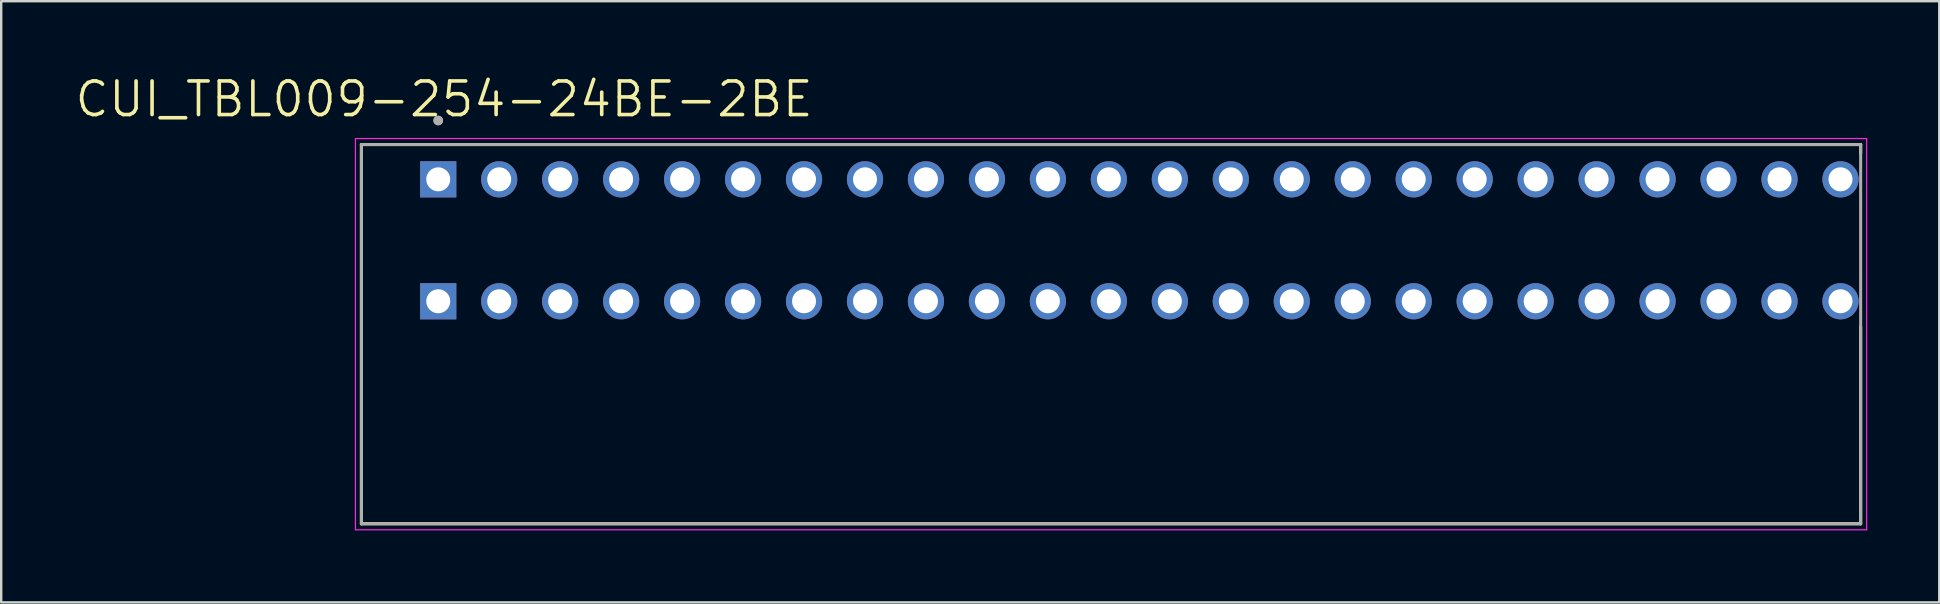
<source format=kicad_pcb>
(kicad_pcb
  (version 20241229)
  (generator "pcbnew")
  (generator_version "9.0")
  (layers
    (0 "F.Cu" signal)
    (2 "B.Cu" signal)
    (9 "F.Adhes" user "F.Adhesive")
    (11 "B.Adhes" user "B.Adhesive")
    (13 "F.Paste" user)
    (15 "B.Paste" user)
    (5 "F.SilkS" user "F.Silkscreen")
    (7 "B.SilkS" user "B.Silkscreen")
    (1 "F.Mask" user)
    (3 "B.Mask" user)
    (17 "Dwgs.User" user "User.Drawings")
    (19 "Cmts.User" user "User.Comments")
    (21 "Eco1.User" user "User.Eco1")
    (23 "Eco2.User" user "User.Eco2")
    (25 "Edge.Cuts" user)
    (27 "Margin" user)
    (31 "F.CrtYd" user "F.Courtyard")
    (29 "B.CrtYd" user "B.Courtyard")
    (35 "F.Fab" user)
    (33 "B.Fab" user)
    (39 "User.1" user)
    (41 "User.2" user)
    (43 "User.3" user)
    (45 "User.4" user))
  (footprint "CUI_TBL009-254-24BE-2BE"
    (layer "F.Cu")
    (at 15.207 4.421)
    (property "Reference" "CUI_TBL009-254-24BE-2BE" (at 0.245 -3.339 0) (layer "F.SilkS") (effects (font (size 1.4 1.4) (thickness 0.15))))
    (attr through_hole)
    (fp_line (start -3.2 -1.45) (end 59.26 -1.45) (stroke (width 0.127) (type solid)) (layer "F.SilkS"))
    (fp_line (start -3.2 14.35) (end -3.2 -1.45) (stroke (width 0.127) (type solid)) (layer "F.SilkS"))
    (fp_line (start 59.26 -1.45) (end 59.26 -1.07) (stroke (width 0.127) (type solid)) (layer "F.SilkS"))
    (fp_line (start 59.26 6.15) (end 59.26 14.35) (stroke (width 0.127) (type solid)) (layer "F.SilkS"))
    (fp_line (start 59.26 14.35) (end -3.2 14.35) (stroke (width 0.127) (type solid)) (layer "F.SilkS"))
    (fp_circle (center 0 -2.45) (end 0.1 -2.45) (stroke (width 0.2) (type solid)) (fill no) (layer "F.SilkS"))
    (fp_line (start -3.45 -1.7) (end 59.51 -1.7) (stroke (width 0.05) (type solid)) (layer "F.CrtYd"))
    (fp_line (start -3.45 14.6) (end -3.45 -1.7) (stroke (width 0.05) (type solid)) (layer "F.CrtYd"))
    (fp_line (start 59.51 -1.7) (end 59.51 14.6) (stroke (width 0.05) (type solid)) (layer "F.CrtYd"))
    (fp_line (start 59.51 14.6) (end -3.45 14.6) (stroke (width 0.05) (type solid)) (layer "F.CrtYd"))
    (fp_line (start -3.2 -1.45) (end 59.26 -1.45) (stroke (width 0.127) (type solid)) (layer "F.Fab"))
    (fp_line (start -3.2 14.35) (end -3.2 -1.45) (stroke (width 0.127) (type solid)) (layer "F.Fab"))
    (fp_line (start 59.26 -1.45) (end 59.26 14.35) (stroke (width 0.127) (type solid)) (layer "F.Fab"))
    (fp_line (start 59.26 14.35) (end -3.2 14.35) (stroke (width 0.127) (type solid)) (layer "F.Fab"))
    (fp_circle (center 0 -2.45) (end 0.1 -2.45) (stroke (width 0.2) (type solid)) (fill no) (layer "F.Fab"))
    (pad "1_A" thru_hole rect (at 0 0) (size 1.508 1.508) (drill 1) (layers "*.Cu" "*.Mask"))
    (pad "1_B" thru_hole rect (at 0 5.08) (size 1.508 1.508) (drill 1) (layers "*.Cu" "*.Mask"))
    (pad "2_A" thru_hole circle (at 2.54 0) (size 1.508 1.508) (drill 1) (layers "*.Cu" "*.Mask"))
    (pad "2_B" thru_hole circle (at 2.54 5.08) (size 1.508 1.508) (drill 1) (layers "*.Cu" "*.Mask"))
    (pad "3_A" thru_hole circle (at 5.08 0) (size 1.508 1.508) (drill 1) (layers "*.Cu" "*.Mask"))
    (pad "3_B" thru_hole circle (at 5.08 5.08) (size 1.508 1.508) (drill 1) (layers "*.Cu" "*.Mask"))
    (pad "4_A" thru_hole circle (at 7.62 0) (size 1.508 1.508) (drill 1) (layers "*.Cu" "*.Mask"))
    (pad "4_B" thru_hole circle (at 7.62 5.08) (size 1.508 1.508) (drill 1) (layers "*.Cu" "*.Mask"))
    (pad "5_A" thru_hole circle (at 10.16 0) (size 1.508 1.508) (drill 1) (layers "*.Cu" "*.Mask"))
    (pad "5_B" thru_hole circle (at 10.16 5.08) (size 1.508 1.508) (drill 1) (layers "*.Cu" "*.Mask"))
    (pad "6_A" thru_hole circle (at 12.7 0) (size 1.508 1.508) (drill 1) (layers "*.Cu" "*.Mask"))
    (pad "6_B" thru_hole circle (at 12.7 5.08) (size 1.508 1.508) (drill 1) (layers "*.Cu" "*.Mask"))
    (pad "7_A" thru_hole circle (at 15.24 0) (size 1.508 1.508) (drill 1) (layers "*.Cu" "*.Mask"))
    (pad "7_B" thru_hole circle (at 15.24 5.08) (size 1.508 1.508) (drill 1) (layers "*.Cu" "*.Mask"))
    (pad "8_A" thru_hole circle (at 17.78 0) (size 1.508 1.508) (drill 1) (layers "*.Cu" "*.Mask"))
    (pad "8_B" thru_hole circle (at 17.78 5.08) (size 1.508 1.508) (drill 1) (layers "*.Cu" "*.Mask"))
    (pad "9_A" thru_hole circle (at 20.32 0) (size 1.508 1.508) (drill 1) (layers "*.Cu" "*.Mask"))
    (pad "9_B" thru_hole circle (at 20.32 5.08) (size 1.508 1.508) (drill 1) (layers "*.Cu" "*.Mask"))
    (pad "10_A" thru_hole circle (at 22.86 0) (size 1.508 1.508) (drill 1) (layers "*.Cu" "*.Mask"))
    (pad "10_B" thru_hole circle (at 22.86 5.08) (size 1.508 1.508) (drill 1) (layers "*.Cu" "*.Mask"))
    (pad "11_A" thru_hole circle (at 25.4 0) (size 1.508 1.508) (drill 1) (layers "*.Cu" "*.Mask"))
    (pad "11_B" thru_hole circle (at 25.4 5.08) (size 1.508 1.508) (drill 1) (layers "*.Cu" "*.Mask"))
    (pad "12_A" thru_hole circle (at 27.94 0) (size 1.508 1.508) (drill 1) (layers "*.Cu" "*.Mask"))
    (pad "12_B" thru_hole circle (at 27.94 5.08) (size 1.508 1.508) (drill 1) (layers "*.Cu" "*.Mask"))
    (pad "13_A" thru_hole circle (at 30.48 0) (size 1.508 1.508) (drill 1) (layers "*.Cu" "*.Mask"))
    (pad "13_B" thru_hole circle (at 30.48 5.08) (size 1.508 1.508) (drill 1) (layers "*.Cu" "*.Mask"))
    (pad "14_A" thru_hole circle (at 33.02 0) (size 1.508 1.508) (drill 1) (layers "*.Cu" "*.Mask"))
    (pad "14_B" thru_hole circle (at 33.02 5.08) (size 1.508 1.508) (drill 1) (layers "*.Cu" "*.Mask"))
    (pad "15_A" thru_hole circle (at 35.56 0) (size 1.508 1.508) (drill 1) (layers "*.Cu" "*.Mask"))
    (pad "15_B" thru_hole circle (at 35.56 5.08) (size 1.508 1.508) (drill 1) (layers "*.Cu" "*.Mask"))
    (pad "16_A" thru_hole circle (at 38.1 0) (size 1.508 1.508) (drill 1) (layers "*.Cu" "*.Mask"))
    (pad "16_B" thru_hole circle (at 38.1 5.08) (size 1.508 1.508) (drill 1) (layers "*.Cu" "*.Mask"))
    (pad "17_A" thru_hole circle (at 40.64 0) (size 1.508 1.508) (drill 1) (layers "*.Cu" "*.Mask"))
    (pad "17_B" thru_hole circle (at 40.64 5.08) (size 1.508 1.508) (drill 1) (layers "*.Cu" "*.Mask"))
    (pad "18_A" thru_hole circle (at 43.18 0) (size 1.508 1.508) (drill 1) (layers "*.Cu" "*.Mask"))
    (pad "18_B" thru_hole circle (at 43.18 5.08) (size 1.508 1.508) (drill 1) (layers "*.Cu" "*.Mask"))
    (pad "19_A" thru_hole circle (at 45.72 0) (size 1.508 1.508) (drill 1) (layers "*.Cu" "*.Mask"))
    (pad "19_B" thru_hole circle (at 45.72 5.08) (size 1.508 1.508) (drill 1) (layers "*.Cu" "*.Mask"))
    (pad "20_A" thru_hole circle (at 48.26 0) (size 1.508 1.508) (drill 1) (layers "*.Cu" "*.Mask"))
    (pad "20_B" thru_hole circle (at 48.26 5.08) (size 1.508 1.508) (drill 1) (layers "*.Cu" "*.Mask"))
    (pad "21_A" thru_hole circle (at 50.8 0) (size 1.508 1.508) (drill 1) (layers "*.Cu" "*.Mask"))
    (pad "21_B" thru_hole circle (at 50.8 5.08) (size 1.508 1.508) (drill 1) (layers "*.Cu" "*.Mask"))
    (pad "22_A" thru_hole circle (at 53.34 0) (size 1.508 1.508) (drill 1) (layers "*.Cu" "*.Mask"))
    (pad "22_B" thru_hole circle (at 53.34 5.08) (size 1.508 1.508) (drill 1) (layers "*.Cu" "*.Mask"))
    (pad "23_A" thru_hole circle (at 55.88 0) (size 1.508 1.508) (drill 1) (layers "*.Cu" "*.Mask"))
    (pad "23_B" thru_hole circle (at 55.88 5.08) (size 1.508 1.508) (drill 1) (layers "*.Cu" "*.Mask"))
    (pad "24_A" thru_hole circle (at 58.42 0) (size 1.508 1.508) (drill 1) (layers "*.Cu" "*.Mask"))
    (pad "24_B" thru_hole circle (at 58.42 5.08) (size 1.508 1.508) (drill 1) (layers "*.Cu" "*.Mask")))
  (gr_rect
    (start -3 -3)
    (end 77.742 22.046)
    (stroke (width 0.1) (type default))
    (fill no)
    (layer "Edge.Cuts")))
</source>
